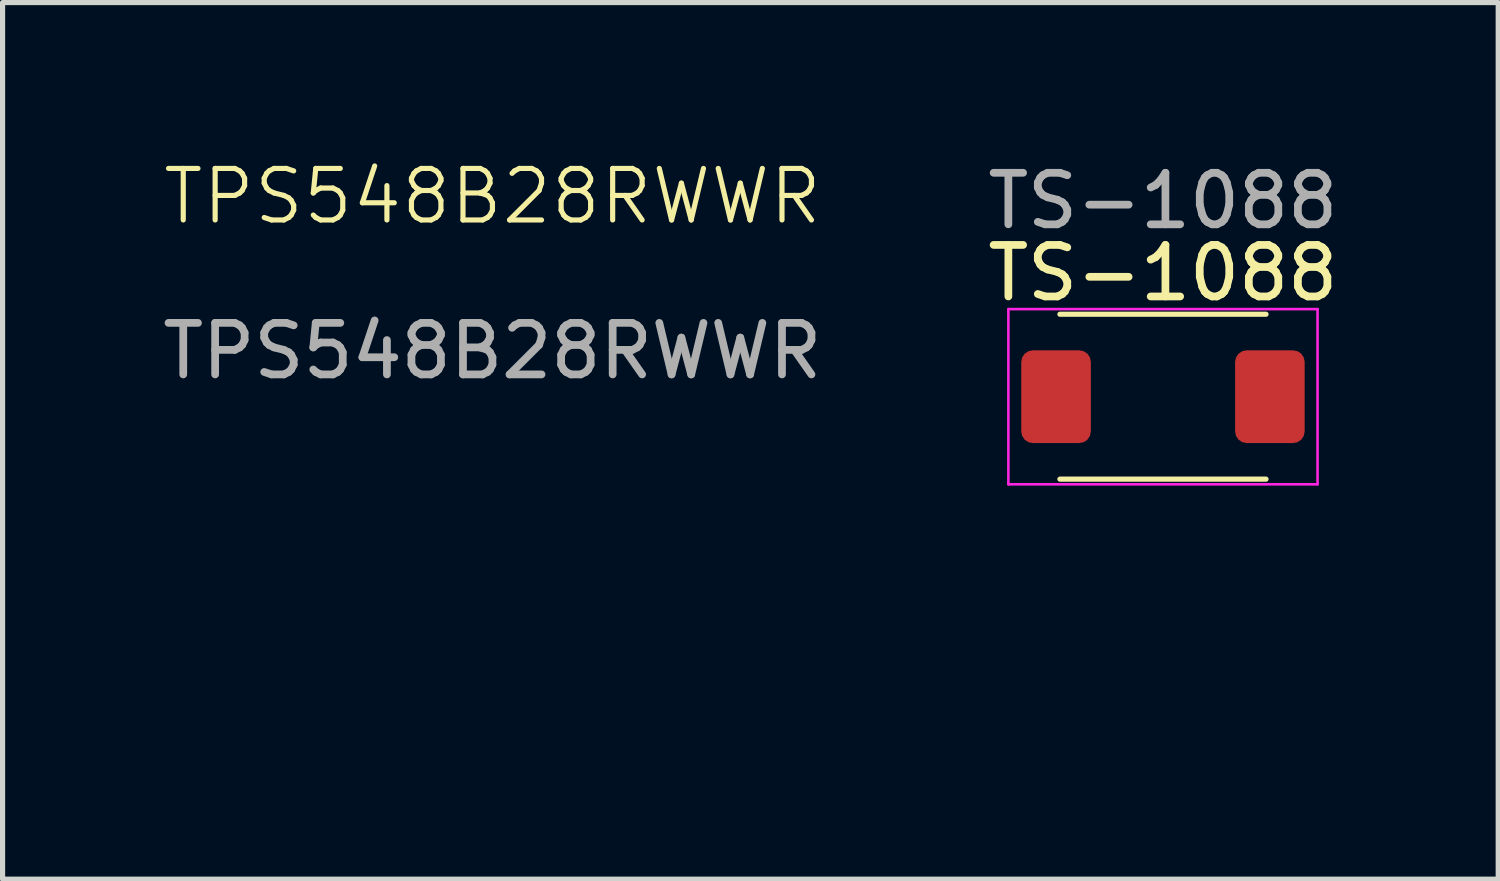
<source format=kicad_pcb>
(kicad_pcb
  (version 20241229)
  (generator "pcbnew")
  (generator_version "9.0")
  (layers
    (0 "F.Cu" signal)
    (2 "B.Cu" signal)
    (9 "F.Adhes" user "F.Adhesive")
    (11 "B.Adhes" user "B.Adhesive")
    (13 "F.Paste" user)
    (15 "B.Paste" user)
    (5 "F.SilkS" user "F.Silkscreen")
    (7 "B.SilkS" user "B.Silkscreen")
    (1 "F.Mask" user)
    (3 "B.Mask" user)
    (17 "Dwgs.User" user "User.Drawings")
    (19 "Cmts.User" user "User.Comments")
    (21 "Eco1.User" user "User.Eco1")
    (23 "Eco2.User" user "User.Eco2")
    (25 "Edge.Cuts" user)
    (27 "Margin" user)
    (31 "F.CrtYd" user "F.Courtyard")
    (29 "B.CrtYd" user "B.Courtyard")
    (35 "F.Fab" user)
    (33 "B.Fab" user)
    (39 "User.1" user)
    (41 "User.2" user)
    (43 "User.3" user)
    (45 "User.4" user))
  (footprint "TPS548B28RWWR"
    (layer "F.Cu")
    (at 6.506 10.761)
    (property "Reference" "TPS548B28RWWR" (at 0 -10 0) (unlocked yes) (layer "F.SilkS") (effects (font (size 1 1) (thickness 0.1))))
    (attr smd)
    (fp_text user "${REFERENCE}" (at 0 -7 0) (unlocked yes) (layer "F.Fab") (effects (font (size 1 1) (thickness 0.15)))))
  (footprint "TS-1088"
    (layer "F.Cu")
    (at 19.518 4.648)
    (property "Reference" "TS-1088" (at 0 -2.4 0) (layer "F.SilkS") (effects (font (size 1 1) (thickness 0.15))))
    (attr smd)
    (fp_line (start -2 -1.6) (end 2 -1.6) (stroke (width 0.1) (type default)) (layer "F.SilkS"))
    (fp_line (start -2 1.6) (end 2 1.6) (stroke (width 0.1) (type default)) (layer "F.SilkS"))
    (fp_line (start -3 -1.7) (end -3 1.7) (stroke (width 0.05) (type default)) (layer "F.CrtYd"))
    (fp_line (start -3 1.7) (end 3 1.7) (stroke (width 0.05) (type default)) (layer "F.CrtYd"))
    (fp_line (start 3 -1.7) (end -3 -1.7) (stroke (width 0.05) (type default)) (layer "F.CrtYd"))
    (fp_line (start 3 1.7) (end 3 -1.7) (stroke (width 0.05) (type default)) (layer "F.CrtYd"))
    (fp_text user "${REFERENCE}" (at 0 -3.8 0) (unlocked yes) (layer "F.Fab") (effects (font (size 1 1) (thickness 0.15))))
    (pad "1" smd roundrect (at -2.075 0 180) (size 1.35 1.8) (layers "F.Cu" "F.Mask") (roundrect_rratio 0.167))
    (pad "2" smd roundrect (at 2.075 0 180) (size 1.35 1.8) (layers "F.Cu" "F.Mask") (roundrect_rratio 0.167)))
  (gr_rect
    (start -3 -3)
    (end 26.024 14.011)
    (stroke (width 0.1) (type default))
    (fill no)
    (layer "Edge.Cuts")))
</source>
